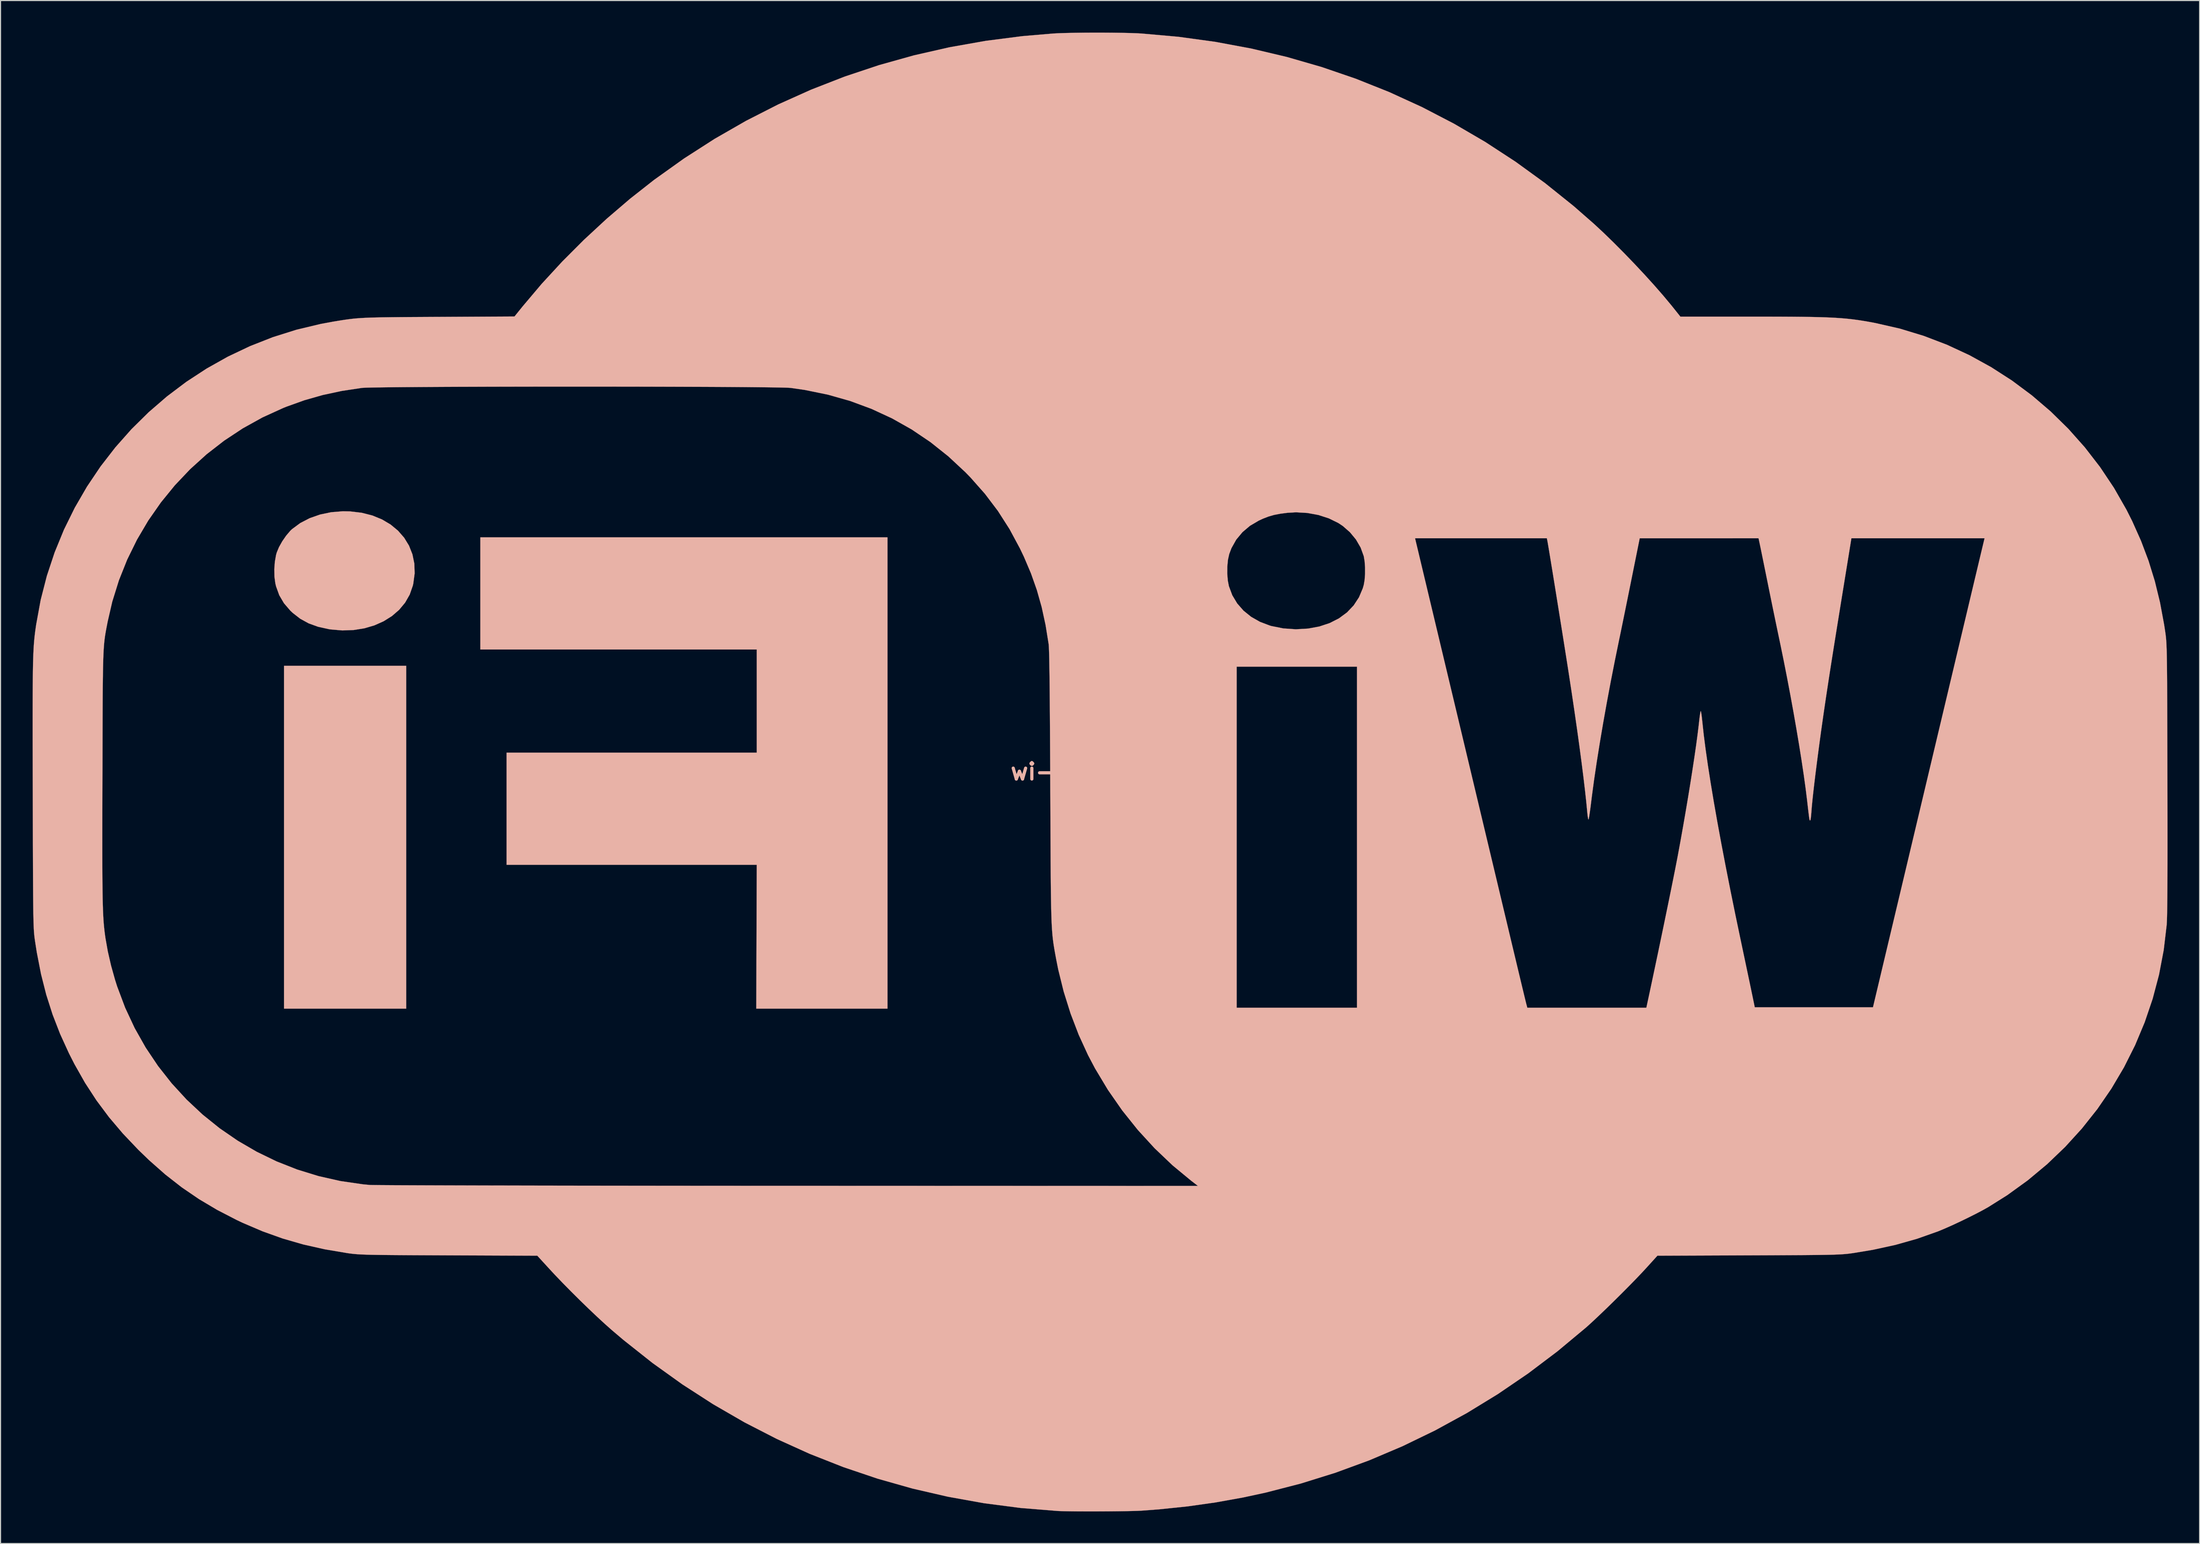
<source format=kicad_pcb>
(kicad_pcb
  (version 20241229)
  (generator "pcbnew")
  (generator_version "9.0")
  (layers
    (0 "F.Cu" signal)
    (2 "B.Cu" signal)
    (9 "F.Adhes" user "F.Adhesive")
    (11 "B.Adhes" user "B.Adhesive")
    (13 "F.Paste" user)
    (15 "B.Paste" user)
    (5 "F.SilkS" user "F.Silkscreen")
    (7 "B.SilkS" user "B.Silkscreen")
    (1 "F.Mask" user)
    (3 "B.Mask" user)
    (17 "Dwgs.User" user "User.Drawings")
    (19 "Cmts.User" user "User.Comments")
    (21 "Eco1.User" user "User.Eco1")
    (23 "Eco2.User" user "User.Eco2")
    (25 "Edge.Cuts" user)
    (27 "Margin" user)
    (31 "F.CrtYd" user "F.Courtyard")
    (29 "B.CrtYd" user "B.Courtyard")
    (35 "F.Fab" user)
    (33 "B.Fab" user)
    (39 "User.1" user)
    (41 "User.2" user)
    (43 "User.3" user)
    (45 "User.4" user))
  (footprint "wi-fi_13x20_B"
    (layer "F.Cu")
    (at 99.903 69.172)
    (property "Reference" "wi-fi_13x20_B" (at 0 0 0) (layer "B.SilkS") (effects (font (size 1.524 1.524) (thickness 0.3))))
    (attr through_hole)
    (fp_poly (pts (xy -64.939 22.183) (xy -76.369 22.183) (xy -76.369 -9.906) (xy -64.939 -9.906) (xy -64.939 22.183)) (stroke (width 0.01) (type solid)) (fill yes) (layer "B.SilkS"))
    (fp_poly (pts (xy -19.897 22.183) (xy -32.175 22.183) (xy -32.131 8.721) (xy -43.836 8.721) (xy -55.541 8.721) (xy -55.541 -1.778) (xy -32.131 -1.778) (xy -32.131 -11.43) (xy -57.997 -11.43) (xy -57.997 -21.929) (xy -19.897 -21.929) (xy -19.897 22.183)) (stroke (width 0.01) (type solid)) (fill yes) (layer "B.SilkS"))
    (fp_poly (pts (xy -70.189 -24.357) (xy -69.106 -24.229) (xy -68.108 -23.975) (xy -67.203 -23.605) (xy -66.399 -23.128) (xy -65.705 -22.553) (xy -65.127 -21.891) (xy -64.674 -21.15) (xy -64.355 -20.34) (xy -64.176 -19.471) (xy -64.147 -18.552) (xy -64.275 -17.593) (xy -64.32 -17.399) (xy -64.609 -16.571) (xy -65.039 -15.818) (xy -65.598 -15.146) (xy -66.272 -14.563) (xy -67.049 -14.076) (xy -67.914 -13.69) (xy -68.855 -13.414) (xy -69.859 -13.254) (xy -70.912 -13.216) (xy -72.001 -13.308) (xy -72.178 -13.336) (xy -73.185 -13.558) (xy -74.069 -13.879) (xy -74.855 -14.31) (xy -75.566 -14.863) (xy -75.787 -15.073) (xy -76.379 -15.764) (xy -76.818 -16.511) (xy -77.117 -17.34) (xy -77.185 -17.627) (xy -77.268 -18.245) (xy -77.282 -18.939) (xy -77.231 -19.639) (xy -77.118 -20.278) (xy -77.054 -20.507) (xy -76.844 -21.012) (xy -76.538 -21.558) (xy -76.174 -22.086) (xy -75.792 -22.535) (xy -75.625 -22.695) (xy -74.856 -23.264) (xy -73.974 -23.722) (xy -73.001 -24.063) (xy -71.957 -24.281) (xy -70.863 -24.37) (xy -70.189 -24.357)) (stroke (width 0.01) (type solid)) (fill yes) (layer "B.SilkS"))
    (fp_poly (pts (xy 0.285 -69.166) (xy 1.177 -69.16) (xy 2.019 -69.149) (xy 2.78 -69.132) (xy 3.429 -69.109) (xy 3.852 -69.087) (xy 7.336 -68.778) (xy 10.768 -68.308) (xy 14.147 -67.679) (xy 17.469 -66.893) (xy 20.731 -65.951) (xy 23.931 -64.854) (xy 27.065 -63.603) (xy 30.129 -62.2) (xy 33.122 -60.645) (xy 36.04 -58.941) (xy 38.879 -57.088) (xy 41.638 -55.088) (xy 44.312 -52.942) (xy 46.213 -51.28) (xy 47.1 -50.456) (xy 48.044 -49.54) (xy 49.019 -48.56) (xy 49.999 -47.544) (xy 50.958 -46.519) (xy 51.869 -45.514) (xy 52.707 -44.554) (xy 53.445 -43.669) (xy 53.583 -43.498) (xy 54.31 -42.587) (xy 60.967 -42.587) (xy 62.392 -42.586) (xy 63.661 -42.583) (xy 64.79 -42.577) (xy 65.791 -42.568) (xy 66.68 -42.553) (xy 67.469 -42.534) (xy 68.174 -42.509) (xy 68.807 -42.477) (xy 69.384 -42.438) (xy 69.919 -42.391) (xy 70.425 -42.335) (xy 70.916 -42.27) (xy 71.407 -42.194) (xy 71.911 -42.108) (xy 72.444 -42.009) (xy 72.559 -41.987) (xy 74.849 -41.465) (xy 77.084 -40.785) (xy 79.258 -39.954) (xy 81.364 -38.976) (xy 83.394 -37.858) (xy 85.341 -36.605) (xy 87.199 -35.222) (xy 88.96 -33.715) (xy 90.616 -32.09) (xy 92.161 -30.352) (xy 93.587 -28.507) (xy 94.888 -26.56) (xy 96.056 -24.516) (xy 96.592 -23.452) (xy 97.419 -21.6) (xy 98.123 -19.735) (xy 98.712 -17.826) (xy 99.196 -15.84) (xy 99.585 -13.746) (xy 99.669 -13.196) (xy 99.695 -13.018) (xy 99.719 -12.848) (xy 99.74 -12.677) (xy 99.759 -12.497) (xy 99.776 -12.298) (xy 99.791 -12.071) (xy 99.804 -11.809) (xy 99.816 -11.501) (xy 99.827 -11.14) (xy 99.836 -10.715) (xy 99.844 -10.219) (xy 99.85 -9.642) (xy 99.856 -8.976) (xy 99.862 -8.211) (xy 99.866 -7.339) (xy 99.871 -6.351) (xy 99.874 -5.238) (xy 99.878 -3.991) (xy 99.882 -2.601) (xy 99.886 -1.06) (xy 99.89 0.635) (xy 99.894 2.558) (xy 99.896 4.317) (xy 99.897 5.917) (xy 99.897 7.363) (xy 99.896 8.659) (xy 99.893 9.811) (xy 99.888 10.824) (xy 99.882 11.704) (xy 99.874 12.454) (xy 99.865 13.08) (xy 99.854 13.587) (xy 99.842 13.98) (xy 99.827 14.265) (xy 99.821 14.35) (xy 99.544 16.698) (xy 99.105 19.004) (xy 98.509 21.261) (xy 97.761 23.464) (xy 96.865 25.604) (xy 95.825 27.675) (xy 94.646 29.67) (xy 93.332 31.582) (xy 91.888 33.402) (xy 90.318 35.126) (xy 88.627 36.745) (xy 86.819 38.252) (xy 84.899 39.641) (xy 83.12 40.759) (xy 82.59 41.056) (xy 81.944 41.395) (xy 81.225 41.756) (xy 80.475 42.119) (xy 79.736 42.463) (xy 79.048 42.768) (xy 78.456 43.015) (xy 78.401 43.036) (xy 76.455 43.724) (xy 74.431 44.296) (xy 72.31 44.759) (xy 70.485 45.061) (xy 70.272 45.09) (xy 70.065 45.117) (xy 69.854 45.14) (xy 69.626 45.16) (xy 69.371 45.178) (xy 69.077 45.193) (xy 68.734 45.207) (xy 68.329 45.218) (xy 67.852 45.228) (xy 67.291 45.236) (xy 66.635 45.243) (xy 65.872 45.25) (xy 64.992 45.255) (xy 63.984 45.26) (xy 62.835 45.266) (xy 61.535 45.271) (xy 60.688 45.274) (xy 52.161 45.306) (xy 51.109 46.465) (xy 50.644 46.967) (xy 50.087 47.548) (xy 49.463 48.187) (xy 48.797 48.857) (xy 48.112 49.536) (xy 47.434 50.199) (xy 46.785 50.821) (xy 46.192 51.38) (xy 45.678 51.851) (xy 45.466 52.039) (xy 42.803 54.257) (xy 40.056 56.331) (xy 37.23 58.257) (xy 34.327 60.034) (xy 31.351 61.661) (xy 28.306 63.136) (xy 25.194 64.458) (xy 22.019 65.623) (xy 18.784 66.632) (xy 15.494 67.481) (xy 13.377 67.938) (xy 10.79 68.403) (xy 8.182 68.771) (xy 5.504 69.048) (xy 3.852 69.172) (xy 3.497 69.189) (xy 2.999 69.203) (xy 2.387 69.216) (xy 1.686 69.226) (xy 0.924 69.233) (xy 0.129 69.238) (xy -0.673 69.24) (xy -1.454 69.239) (xy -2.188 69.236) (xy -2.847 69.229) (xy -3.404 69.219) (xy -3.832 69.206) (xy -3.979 69.199) (xy -7.447 68.917) (xy -10.868 68.472) (xy -14.239 67.866) (xy -17.559 67.1) (xy -20.823 66.175) (xy -24.029 65.092) (xy -27.175 63.852) (xy -30.256 62.457) (xy -33.271 60.908) (xy -36.216 59.206) (xy -39.089 57.352) (xy -41.887 55.347) (xy -44.606 53.192) (xy -45.677 52.284) (xy -46.333 51.702) (xy -47.071 51.022) (xy -47.864 50.27) (xy -48.683 49.475) (xy -49.499 48.664) (xy -50.284 47.867) (xy -51.009 47.111) (xy -51.491 46.592) (xy -52.669 45.306) (xy -60.942 45.274) (xy -62.317 45.268) (xy -63.535 45.263) (xy -64.606 45.258) (xy -65.542 45.252) (xy -66.355 45.246) (xy -67.055 45.239) (xy -67.655 45.231) (xy -68.166 45.222) (xy -68.598 45.211) (xy -68.965 45.198) (xy -69.277 45.183) (xy -69.545 45.166) (xy -69.782 45.146) (xy -69.998 45.124) (xy -70.205 45.098) (xy -70.414 45.069) (xy -70.443 45.065) (xy -72.57 44.706) (xy -74.581 44.252) (xy -76.509 43.694) (xy -78.385 43.023) (xy -80.239 42.23) (xy -80.814 41.958) (xy -82.63 41.019) (xy -84.327 40.011) (xy -85.936 38.913) (xy -87.486 37.703) (xy -89.007 36.36) (xy -90.006 35.395) (xy -91.452 33.874) (xy -92.751 32.342) (xy -93.925 30.768) (xy -94.995 29.124) (xy -95.983 27.378) (xy -96.498 26.366) (xy -97.325 24.555) (xy -98.03 22.737) (xy -98.623 20.88) (xy -99.112 18.952) (xy -99.508 16.921) (xy -99.672 15.875) (xy -99.697 15.7) (xy -99.72 15.53) (xy -99.74 15.356) (xy -99.758 15.171) (xy -99.775 14.964) (xy -99.789 14.727) (xy -99.802 14.451) (xy -99.814 14.127) (xy -99.824 13.746) (xy -99.833 13.3) (xy -99.84 12.78) (xy -99.847 12.176) (xy -99.853 11.48) (xy -99.858 10.683) (xy -99.863 9.776) (xy -99.867 8.751) (xy -99.871 7.597) (xy -99.875 6.576) (xy -93.378 6.576) (xy -93.377 7.74) (xy -93.375 8.782) (xy -93.37 9.71) (xy -93.364 10.534) (xy -93.355 11.264) (xy -93.344 11.909) (xy -93.33 12.479) (xy -93.314 12.982) (xy -93.294 13.428) (xy -93.272 13.826) (xy -93.246 14.186) (xy -93.216 14.518) (xy -93.183 14.83) (xy -93.146 15.131) (xy -93.105 15.432) (xy -93.084 15.579) (xy -92.863 16.83) (xy -92.559 18.153) (xy -92.187 19.482) (xy -91.988 20.108) (xy -91.239 22.101) (xy -90.347 24.009) (xy -89.319 25.828) (xy -88.163 27.552) (xy -86.885 29.175) (xy -85.492 30.692) (xy -83.993 32.096) (xy -82.393 33.383) (xy -80.7 34.547) (xy -78.922 35.581) (xy -77.065 36.482) (xy -75.137 37.242) (xy -73.144 37.856) (xy -71.094 38.319) (xy -68.994 38.625) (xy -68.352 38.685) (xy -68.213 38.69) (xy -67.91 38.694) (xy -67.448 38.699) (xy -66.834 38.703) (xy -66.072 38.708) (xy -65.168 38.712) (xy -64.128 38.716) (xy -62.957 38.72) (xy -61.66 38.724) (xy -60.244 38.728) (xy -58.712 38.732) (xy -57.072 38.736) (xy -55.328 38.739) (xy -53.487 38.743) (xy -51.552 38.746) (xy -49.531 38.749) (xy -47.428 38.752) (xy -45.248 38.754) (xy -42.998 38.757) (xy -40.683 38.759) (xy -38.308 38.761) (xy -35.879 38.762) (xy -33.401 38.764) (xy -30.88 38.765) (xy -29.18 38.765) (xy 9.161 38.777) (xy 8.539 38.3) (xy 6.776 36.843) (xy 5.103 35.249) (xy 3.53 33.533) (xy 2.07 31.707) (xy 0.734 29.786) (xy -0.469 27.781) (xy -1.127 26.534) (xy -1.996 24.639) (xy -2.76 22.643) (xy -3.405 20.587) (xy -3.918 18.513) (xy -4.097 17.611) (xy -4.164 17.251) (xy -4.224 16.923) (xy -4.278 16.616) (xy -4.327 16.321) (xy -4.371 16.029) (xy -4.41 15.731) (xy -4.445 15.417) (xy -4.475 15.078) (xy -4.502 14.705) (xy -4.526 14.289) (xy -4.546 13.82) (xy -4.563 13.289) (xy -4.578 12.687) (xy -4.591 12.004) (xy -4.602 11.232) (xy -4.612 10.361) (xy -4.62 9.381) (xy -4.628 8.284) (xy -4.634 7.06) (xy -4.641 5.7) (xy -4.648 4.194) (xy -4.655 2.534) (xy -4.66 1.482) (xy -4.668 -0.465) (xy -4.678 -2.247) (xy -4.687 -3.866) (xy -4.697 -5.326) (xy -4.708 -6.631) (xy -4.719 -7.785) (xy -4.73 -8.791) (xy -4.742 -9.653) (xy -4.745 -9.821) (xy 12.785 -9.821) (xy 12.785 22.098) (xy 24.045 22.098) (xy 24.045 -9.821) (xy 12.785 -9.821) (xy -4.745 -9.821) (xy -4.754 -10.374) (xy -4.767 -10.958) (xy -4.781 -11.408) (xy -4.796 -11.728) (xy -4.811 -11.921) (xy -4.813 -11.938) (xy -5.102 -13.732) (xy -5.466 -15.407) (xy -5.917 -17.002) (xy -6.456 -18.528) (xy 11.902 -18.528) (xy 11.954 -17.884) (xy 12.057 -17.357) (xy 12.372 -16.511) (xy 12.832 -15.744) (xy 13.425 -15.066) (xy 14.14 -14.488) (xy 14.968 -14.018) (xy 15.897 -13.667) (xy 16.034 -13.628) (xy 17.154 -13.404) (xy 18.316 -13.324) (xy 19.476 -13.391) (xy 20.517 -13.583) (xy 21.491 -13.905) (xy 22.356 -14.346) (xy 23.106 -14.899) (xy 23.733 -15.557) (xy 24.229 -16.313) (xy 24.587 -17.159) (xy 24.679 -17.48) (xy 24.759 -17.944) (xy 24.799 -18.508) (xy 24.799 -19.107) (xy 24.76 -19.676) (xy 24.681 -20.151) (xy 24.673 -20.181) (xy 24.385 -20.973) (xy 23.949 -21.723) (xy 23.85 -21.844) (xy 29.479 -21.844) (xy 29.594 -21.357) (xy 29.633 -21.194) (xy 29.708 -20.882) (xy 29.815 -20.433) (xy 29.95 -19.864) (xy 30.112 -19.188) (xy 30.295 -18.42) (xy 30.497 -17.576) (xy 30.713 -16.668) (xy 30.941 -15.713) (xy 31.105 -15.028) (xy 31.78 -12.2) (xy 32.418 -9.528) (xy 33.02 -7.007) (xy 33.588 -4.628) (xy 34.124 -2.384) (xy 34.629 -0.268) (xy 35.105 1.728) (xy 35.554 3.61) (xy 35.978 5.387) (xy 36.379 7.066) (xy 36.758 8.654) (xy 37.117 10.158) (xy 37.457 11.586) (xy 37.781 12.945) (xy 38.091 14.243) (xy 38.147 14.478) (xy 38.4 15.539) (xy 38.643 16.558) (xy 38.874 17.523) (xy 39.088 18.421) (xy 39.284 19.239) (xy 39.458 19.965) (xy 39.607 20.584) (xy 39.728 21.085) (xy 39.818 21.454) (xy 39.873 21.679) (xy 39.888 21.738) (xy 39.985 22.098) (xy 51.125 22.098) (xy 51.221 21.654) (xy 51.462 20.529) (xy 51.714 19.345) (xy 51.973 18.12) (xy 52.236 16.873) (xy 52.497 15.623) (xy 52.753 14.39) (xy 53 13.192) (xy 53.235 12.049) (xy 53.453 10.978) (xy 53.65 9.999) (xy 53.823 9.132) (xy 53.967 8.394) (xy 54.067 7.874) (xy 54.316 6.524) (xy 54.561 5.151) (xy 54.8 3.772) (xy 55.03 2.41) (xy 55.246 1.083) (xy 55.446 -0.189) (xy 55.627 -1.384) (xy 55.786 -2.484) (xy 55.918 -3.467) (xy 56.022 -4.315) (xy 56.062 -4.678) (xy 56.106 -5.065) (xy 56.15 -5.382) (xy 56.188 -5.595) (xy 56.216 -5.673) (xy 56.243 -5.594) (xy 56.28 -5.378) (xy 56.322 -5.058) (xy 56.364 -4.666) (xy 56.367 -4.636) (xy 56.496 -3.439) (xy 56.67 -2.086) (xy 56.885 -0.585) (xy 57.142 1.056) (xy 57.437 2.83) (xy 57.771 4.729) (xy 58.142 6.746) (xy 58.549 8.872) (xy 58.989 11.101) (xy 59.462 13.425) (xy 59.913 15.579) (xy 60.095 16.443) (xy 60.275 17.294) (xy 60.447 18.11) (xy 60.607 18.871) (xy 60.751 19.552) (xy 60.873 20.134) (xy 60.969 20.594) (xy 61.035 20.91) (xy 61.036 20.913) (xy 61.272 22.056) (xy 72.334 22.056) (xy 73.804 15.875) (xy 73.988 15.102) (xy 74.208 14.179) (xy 74.46 13.118) (xy 74.742 11.933) (xy 75.05 10.638) (xy 75.381 9.247) (xy 75.731 7.773) (xy 76.098 6.23) (xy 76.478 4.631) (xy 76.868 2.991) (xy 77.265 1.323) (xy 77.665 -0.36) (xy 78.065 -2.043) (xy 78.462 -3.714) (xy 78.747 -4.911) (xy 79.118 -6.469) (xy 79.48 -7.994) (xy 79.833 -9.476) (xy 80.173 -10.908) (xy 80.499 -12.278) (xy 80.809 -13.579) (xy 81.1 -14.801) (xy 81.369 -15.935) (xy 81.616 -16.971) (xy 81.837 -17.901) (xy 82.031 -18.714) (xy 82.195 -19.403) (xy 82.327 -19.958) (xy 82.425 -20.37) (xy 82.487 -20.629) (xy 82.499 -20.68) (xy 82.778 -21.844) (xy 76.547 -21.844) (xy 70.316 -21.844) (xy 69.604 -17.462) (xy 69.352 -15.911) (xy 69.126 -14.512) (xy 68.922 -13.25) (xy 68.739 -12.108) (xy 68.574 -11.073) (xy 68.425 -10.129) (xy 68.289 -9.261) (xy 68.164 -8.453) (xy 68.048 -7.69) (xy 67.937 -6.957) (xy 67.831 -6.239) (xy 67.725 -5.521) (xy 67.648 -4.983) (xy 67.496 -3.918) (xy 67.349 -2.845) (xy 67.207 -1.782) (xy 67.073 -0.749) (xy 66.949 0.233) (xy 66.839 1.146) (xy 66.744 1.97) (xy 66.667 2.685) (xy 66.61 3.272) (xy 66.576 3.704) (xy 66.548 4.064) (xy 66.514 4.351) (xy 66.479 4.53) (xy 66.456 4.572) (xy 66.432 4.567) (xy 66.411 4.539) (xy 66.391 4.467) (xy 66.366 4.33) (xy 66.336 4.109) (xy 66.296 3.783) (xy 66.243 3.332) (xy 66.175 2.735) (xy 66.167 2.667) (xy 66.031 1.571) (xy 65.86 0.334) (xy 65.657 -1.022) (xy 65.426 -2.474) (xy 65.17 -3.998) (xy 64.895 -5.572) (xy 64.603 -7.172) (xy 64.299 -8.777) (xy 63.987 -10.362) (xy 63.671 -11.905) (xy 63.584 -12.319) (xy 63.464 -12.889) (xy 63.318 -13.589) (xy 63.153 -14.384) (xy 62.977 -15.238) (xy 62.797 -16.117) (xy 62.62 -16.984) (xy 62.485 -17.653) (xy 62.334 -18.397) (xy 62.19 -19.105) (xy 62.058 -19.756) (xy 61.941 -20.329) (xy 61.844 -20.804) (xy 61.77 -21.159) (xy 61.725 -21.373) (xy 61.72 -21.399) (xy 61.623 -21.844) (xy 56.063 -21.843) (xy 50.504 -21.843) (xy 49.715 -17.927) (xy 49.541 -17.065) (xy 49.365 -16.195) (xy 49.192 -15.343) (xy 49.028 -14.536) (xy 48.877 -13.799) (xy 48.746 -13.16) (xy 48.64 -12.645) (xy 48.589 -12.404) (xy 48.181 -10.412) (xy 47.79 -8.421) (xy 47.421 -6.451) (xy 47.077 -4.525) (xy 46.762 -2.665) (xy 46.479 -0.893) (xy 46.233 0.768) (xy 46.027 2.298) (xy 45.958 2.857) (xy 45.895 3.36) (xy 45.835 3.8) (xy 45.782 4.152) (xy 45.739 4.389) (xy 45.711 4.486) (xy 45.709 4.487) (xy 45.677 4.41) (xy 45.64 4.204) (xy 45.605 3.91) (xy 45.598 3.831) (xy 45.506 2.868) (xy 45.384 1.752) (xy 45.235 0.496) (xy 45.06 -0.886) (xy 44.861 -2.382) (xy 44.639 -3.977) (xy 44.397 -5.658) (xy 44.137 -7.413) (xy 43.898 -8.975) (xy 43.798 -9.622) (xy 43.682 -10.36) (xy 43.553 -11.175) (xy 43.415 -12.048) (xy 43.269 -12.966) (xy 43.118 -13.911) (xy 42.964 -14.869) (xy 42.811 -15.822) (xy 42.661 -16.755) (xy 42.516 -17.652) (xy 42.379 -18.498) (xy 42.252 -19.275) (xy 42.138 -19.969) (xy 42.04 -20.563) (xy 41.96 -21.041) (xy 41.901 -21.388) (xy 41.866 -21.587) (xy 41.861 -21.611) (xy 41.812 -21.844) (xy 29.479 -21.844) (xy 23.85 -21.844) (xy 23.387 -22.405) (xy 22.72 -22.989) (xy 22.286 -23.277) (xy 21.406 -23.707) (xy 20.432 -24.021) (xy 19.399 -24.211) (xy 18.342 -24.272) (xy 17.539 -24.226) (xy 16.853 -24.137) (xy 16.279 -24.026) (xy 15.763 -23.877) (xy 15.246 -23.676) (xy 14.855 -23.496) (xy 14.032 -23.012) (xy 13.324 -22.413) (xy 12.742 -21.712) (xy 12.297 -20.92) (xy 12.086 -20.362) (xy 11.968 -19.828) (xy 11.907 -19.196) (xy 11.902 -18.528) (xy -6.456 -18.528) (xy -6.465 -18.554) (xy -7.123 -20.101) (xy -7.495 -20.881) (xy -8.471 -22.696) (xy -9.558 -24.395) (xy -10.772 -26) (xy -12.128 -27.534) (xy -12.612 -28.031) (xy -14.203 -29.511) (xy -15.877 -30.844) (xy -17.634 -32.029) (xy -19.472 -33.065) (xy -21.391 -33.953) (xy -23.391 -34.693) (xy -25.471 -35.283) (xy -27.629 -35.724) (xy -28.956 -35.916) (xy -29.148 -35.929) (xy -29.5 -35.941) (xy -30.002 -35.953) (xy -30.646 -35.964) (xy -31.42 -35.974) (xy -32.317 -35.983) (xy -33.327 -35.992) (xy -34.44 -36) (xy -35.646 -36.007) (xy -36.937 -36.013) (xy -38.302 -36.018) (xy -39.733 -36.023) (xy -41.22 -36.027) (xy -42.753 -36.031) (xy -44.323 -36.033) (xy -45.921 -36.035) (xy -47.537 -36.036) (xy -49.161 -36.036) (xy -50.785 -36.036) (xy -52.398 -36.035) (xy -53.992 -36.033) (xy -55.556 -36.03) (xy -57.082 -36.027) (xy -58.56 -36.022) (xy -59.981 -36.018) (xy -61.334 -36.012) (xy -62.611 -36.005) (xy -63.802 -35.998) (xy -64.898 -35.99) (xy -65.888 -35.982) (xy -66.765 -35.972) (xy -67.518 -35.962) (xy -68.138 -35.951) (xy -68.615 -35.939) (xy -68.94 -35.927) (xy -69.088 -35.916) (xy -70.973 -35.631) (xy -72.752 -35.249) (xy -74.463 -34.762) (xy -76.146 -34.158) (xy -76.472 -34.027) (xy -78.394 -33.15) (xy -80.23 -32.131) (xy -81.973 -30.98) (xy -83.618 -29.703) (xy -85.157 -28.309) (xy -86.585 -26.804) (xy -87.894 -25.198) (xy -89.079 -23.498) (xy -90.133 -21.711) (xy -91.05 -19.845) (xy -91.823 -17.909) (xy -92.446 -15.909) (xy -92.874 -14.055) (xy -92.937 -13.731) (xy -92.994 -13.437) (xy -93.045 -13.162) (xy -93.091 -12.897) (xy -93.132 -12.633) (xy -93.168 -12.359) (xy -93.2 -12.067) (xy -93.227 -11.746) (xy -93.251 -11.388) (xy -93.272 -10.981) (xy -93.289 -10.517) (xy -93.303 -9.987) (xy -93.316 -9.38) (xy -93.326 -8.687) (xy -93.334 -7.898) (xy -93.341 -7.004) (xy -93.346 -5.995) (xy -93.351 -4.861) (xy -93.355 -3.594) (xy -93.359 -2.182) (xy -93.363 -0.617) (xy -93.366 0.508) (xy -93.371 2.256) (xy -93.375 3.843) (xy -93.377 5.28) (xy -93.378 6.576) (xy -99.875 6.576) (xy -99.875 6.308) (xy -99.879 4.872) (xy -99.883 3.283) (xy -99.886 2.074) (xy -99.891 0.301) (xy -99.894 -1.312) (xy -99.897 -2.774) (xy -99.898 -4.094) (xy -99.898 -5.282) (xy -99.896 -6.346) (xy -99.893 -7.297) (xy -99.888 -8.142) (xy -99.881 -8.892) (xy -99.871 -9.556) (xy -99.86 -10.142) (xy -99.845 -10.66) (xy -99.828 -11.119) (xy -99.807 -11.529) (xy -99.784 -11.898) (xy -99.757 -12.236) (xy -99.727 -12.552) (xy -99.693 -12.855) (xy -99.655 -13.154) (xy -99.612 -13.459) (xy -99.569 -13.758) (xy -99.145 -16.071) (xy -98.566 -18.328) (xy -97.838 -20.522) (xy -96.966 -22.649) (xy -95.955 -24.7) (xy -94.813 -26.672) (xy -93.545 -28.558) (xy -92.156 -30.351) (xy -90.653 -32.047) (xy -89.041 -33.638) (xy -87.326 -35.119) (xy -85.515 -36.484) (xy -83.612 -37.727) (xy -81.625 -38.842) (xy -79.557 -39.823) (xy -77.417 -40.665) (xy -75.208 -41.36) (xy -72.938 -41.903) (xy -71.797 -42.114) (xy -71.367 -42.185) (xy -70.978 -42.248) (xy -70.618 -42.302) (xy -70.273 -42.349) (xy -69.929 -42.39) (xy -69.572 -42.424) (xy -69.187 -42.452) (xy -68.761 -42.475) (xy -68.28 -42.495) (xy -67.731 -42.51) (xy -67.098 -42.522) (xy -66.369 -42.532) (xy -65.528 -42.541) (xy -64.564 -42.548) (xy -63.46 -42.554) (xy -62.204 -42.561) (xy -61.925 -42.562) (xy -54.804 -42.599) (xy -54.038 -43.548) (xy -52.259 -45.653) (xy -50.337 -47.739) (xy -48.299 -49.779) (xy -46.172 -51.748) (xy -43.983 -53.621) (xy -41.758 -55.371) (xy -41.719 -55.4) (xy -38.933 -57.389) (xy -36.07 -59.227) (xy -33.133 -60.913) (xy -30.124 -62.447) (xy -27.046 -63.828) (xy -23.902 -65.054) (xy -20.693 -66.125) (xy -17.421 -67.041) (xy -14.091 -67.799) (xy -10.703 -68.399) (xy -7.26 -68.841) (xy -4.36 -69.087) (xy -3.827 -69.114) (xy -3.155 -69.135) (xy -2.377 -69.151) (xy -1.523 -69.162) (xy -0.625 -69.167) (xy 0.285 -69.166)) (stroke (width 0.01) (type solid)) (fill yes) (layer "B.SilkS")))
  (gr_rect
    (start -3 -3)
    (end 202.805 141.417)
    (stroke (width 0.1) (type default))
    (fill no)
    (layer "Edge.Cuts")))
</source>
